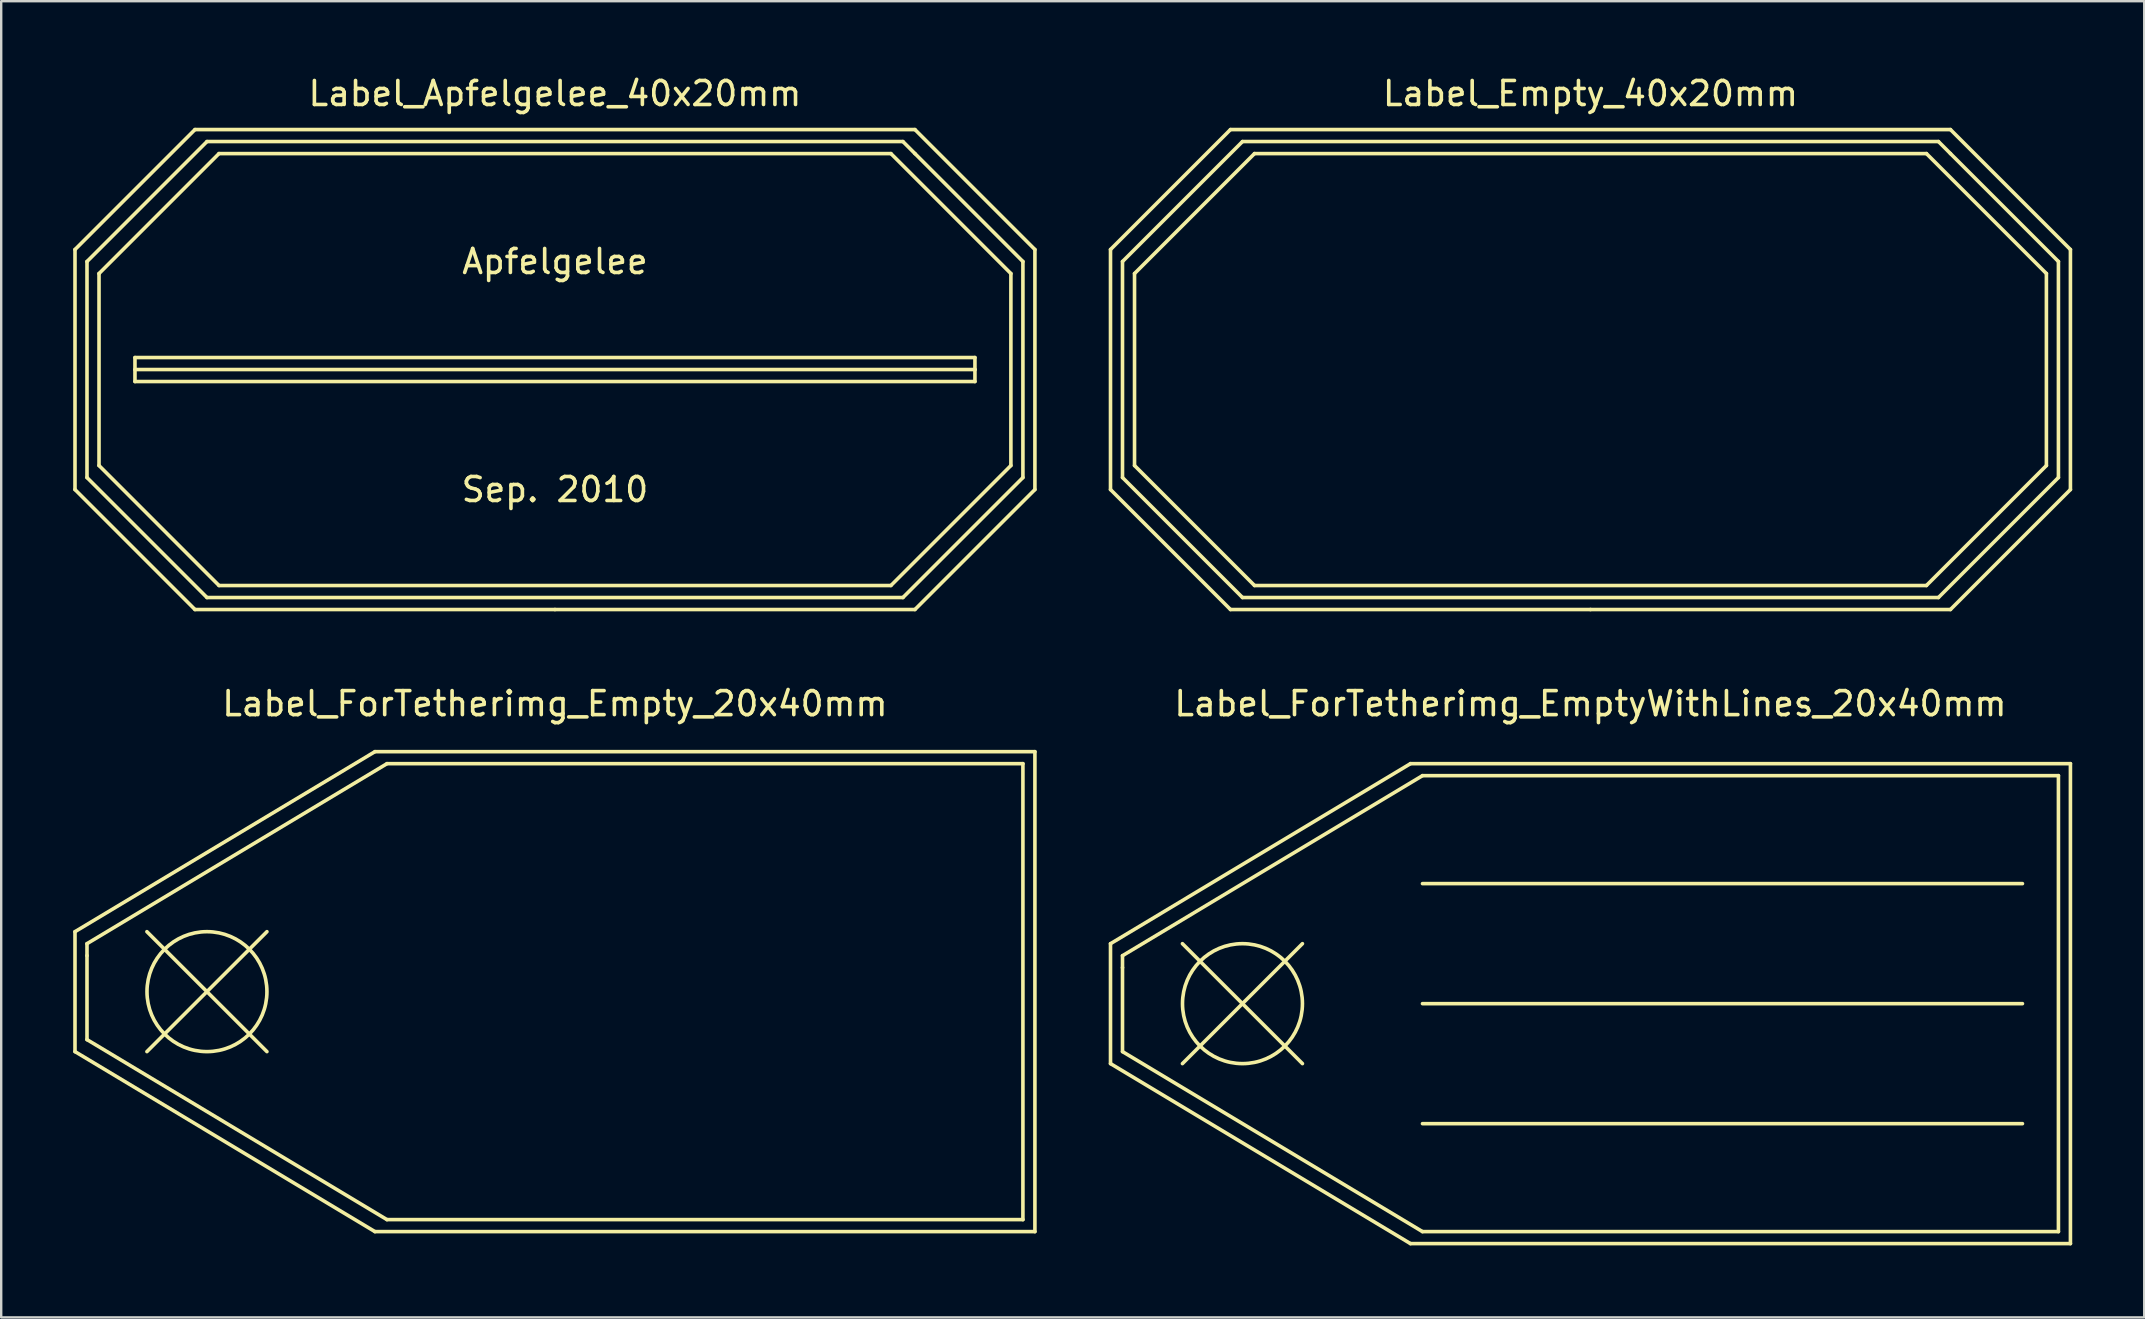
<source format=kicad_pcb>
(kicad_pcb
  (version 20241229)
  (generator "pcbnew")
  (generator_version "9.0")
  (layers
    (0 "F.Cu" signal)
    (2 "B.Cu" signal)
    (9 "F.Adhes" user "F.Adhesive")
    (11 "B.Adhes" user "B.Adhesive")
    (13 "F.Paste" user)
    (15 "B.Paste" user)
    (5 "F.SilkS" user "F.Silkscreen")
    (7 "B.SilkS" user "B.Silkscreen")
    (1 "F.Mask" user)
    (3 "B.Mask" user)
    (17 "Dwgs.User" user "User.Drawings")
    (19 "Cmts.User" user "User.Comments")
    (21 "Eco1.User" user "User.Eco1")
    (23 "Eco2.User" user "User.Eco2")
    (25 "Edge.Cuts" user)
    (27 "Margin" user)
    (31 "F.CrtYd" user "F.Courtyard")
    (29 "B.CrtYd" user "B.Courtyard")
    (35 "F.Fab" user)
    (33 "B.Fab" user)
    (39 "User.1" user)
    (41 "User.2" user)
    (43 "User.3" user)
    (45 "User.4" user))
  (footprint "Label_ForTetherimg_Empty_20x40mm"
    (layer "F.Cu")
    (at 20.075 38.272)
    (property "Reference" "Label_ForTetherimg_Empty_20x40mm" (at 0 -11.999 0) (layer "F.SilkS") (effects (font (size 1 1) (thickness 0.15))))
    (attr through_hole)
    (fp_line (start -20 -2.499) (end -20 2.499) (stroke (width 0.15) (type solid)) (layer "F.SilkS"))
    (fp_line (start -20 -2.499) (end -7.501 -10) (stroke (width 0.15) (type solid)) (layer "F.SilkS"))
    (fp_line (start -20 2.499) (end -7.501 10) (stroke (width 0.15) (type solid)) (layer "F.SilkS"))
    (fp_line (start -19.5 -1.999) (end -19.5 -1.501) (stroke (width 0.15) (type solid)) (layer "F.SilkS"))
    (fp_line (start -19.5 -1.999) (end -7 -9.5) (stroke (width 0.15) (type solid)) (layer "F.SilkS"))
    (fp_line (start -19.5 1.999) (end -19.5 -1.501) (stroke (width 0.15) (type solid)) (layer "F.SilkS"))
    (fp_line (start -17.003 -2.499) (end -12.002 2.499) (stroke (width 0.15) (type solid)) (layer "F.SilkS"))
    (fp_line (start -17.003 2.499) (end -12.002 -2.499) (stroke (width 0.15) (type solid)) (layer "F.SilkS"))
    (fp_line (start -7.501 -10) (end 20 -10) (stroke (width 0.15) (type solid)) (layer "F.SilkS"))
    (fp_line (start -7 -9.5) (end 19.5 -9.5) (stroke (width 0.15) (type solid)) (layer "F.SilkS"))
    (fp_line (start -7 9.5) (end -19.5 1.999) (stroke (width 0.15) (type solid)) (layer "F.SilkS"))
    (fp_line (start 19.5 -9.5) (end 19.5 9.5) (stroke (width 0.15) (type solid)) (layer "F.SilkS"))
    (fp_line (start 19.5 9.5) (end -7 9.5) (stroke (width 0.15) (type solid)) (layer "F.SilkS"))
    (fp_line (start 20 -10) (end 20 10) (stroke (width 0.15) (type solid)) (layer "F.SilkS"))
    (fp_line (start 20 10) (end -7.501 10) (stroke (width 0.15) (type solid)) (layer "F.SilkS"))
    (fp_circle (center -14.501 0) (end -12.002 0) (stroke (width 0.15) (type solid)) (fill no) (layer "F.SilkS")))
  (footprint "Label_Apfelgelee_40x20mm"
    (layer "F.Cu")
    (at 20.075 12.349)
    (property "Reference" "Label_Apfelgelee_40x20mm" (at 0 -11.501 0) (layer "F.SilkS") (effects (font (size 1 1) (thickness 0.15))))
    (attr through_hole)
    (fp_line (start -20 -5.001) (end -20 5.001) (stroke (width 0.15) (type solid)) (layer "F.SilkS"))
    (fp_line (start -20 5.001) (end -15.001 10) (stroke (width 0.15) (type solid)) (layer "F.SilkS"))
    (fp_line (start -19.5 -4.501) (end -14.501 -9.5) (stroke (width 0.15) (type solid)) (layer "F.SilkS"))
    (fp_line (start -19.5 4.501) (end -19.5 -4.501) (stroke (width 0.15) (type solid)) (layer "F.SilkS"))
    (fp_line (start -18.999 -4) (end -14 -8.999) (stroke (width 0.15) (type solid)) (layer "F.SilkS"))
    (fp_line (start -18.999 4) (end -18.999 -4) (stroke (width 0.15) (type solid)) (layer "F.SilkS"))
    (fp_line (start -17.501 -0.5) (end -17.501 0.5) (stroke (width 0.15) (type solid)) (layer "F.SilkS"))
    (fp_line (start -17.501 0) (end 17.501 0) (stroke (width 0.15) (type solid)) (layer "F.SilkS"))
    (fp_line (start -17.501 0.5) (end 17.501 0.5) (stroke (width 0.15) (type solid)) (layer "F.SilkS"))
    (fp_line (start -15.001 -10) (end -20 -5.001) (stroke (width 0.15) (type solid)) (layer "F.SilkS"))
    (fp_line (start -15.001 -10) (end 15.001 -10) (stroke (width 0.15) (type solid)) (layer "F.SilkS"))
    (fp_line (start -15.001 10) (end 0 10) (stroke (width 0.15) (type solid)) (layer "F.SilkS"))
    (fp_line (start -14.501 -9.5) (end 14.501 -9.5) (stroke (width 0.15) (type solid)) (layer "F.SilkS"))
    (fp_line (start -14.501 9.5) (end -19.5 4.501) (stroke (width 0.15) (type solid)) (layer "F.SilkS"))
    (fp_line (start -14 -8.999) (end 14 -8.999) (stroke (width 0.15) (type solid)) (layer "F.SilkS"))
    (fp_line (start -14 8.999) (end -18.999 4) (stroke (width 0.15) (type solid)) (layer "F.SilkS"))
    (fp_line (start 0 10) (end 15.001 10) (stroke (width 0.15) (type solid)) (layer "F.SilkS"))
    (fp_line (start 14 -8.999) (end 18.999 -4) (stroke (width 0.15) (type solid)) (layer "F.SilkS"))
    (fp_line (start 14 8.999) (end -14 8.999) (stroke (width 0.15) (type solid)) (layer "F.SilkS"))
    (fp_line (start 14.501 -9.5) (end 15.001 -8.999) (stroke (width 0.15) (type solid)) (layer "F.SilkS"))
    (fp_line (start 14.501 9.5) (end -14.501 9.5) (stroke (width 0.15) (type solid)) (layer "F.SilkS"))
    (fp_line (start 15.001 -10) (end 20 -5.001) (stroke (width 0.15) (type solid)) (layer "F.SilkS"))
    (fp_line (start 15.001 -8.999) (end 19.5 -4.501) (stroke (width 0.15) (type solid)) (layer "F.SilkS"))
    (fp_line (start 17.501 -0.5) (end -17.501 -0.5) (stroke (width 0.15) (type solid)) (layer "F.SilkS"))
    (fp_line (start 17.501 0) (end 17.501 -0.5) (stroke (width 0.15) (type solid)) (layer "F.SilkS"))
    (fp_line (start 17.501 0.5) (end 17.501 0) (stroke (width 0.15) (type solid)) (layer "F.SilkS"))
    (fp_line (start 18.999 -4) (end 18.999 4) (stroke (width 0.15) (type solid)) (layer "F.SilkS"))
    (fp_line (start 18.999 4) (end 14 8.999) (stroke (width 0.15) (type solid)) (layer "F.SilkS"))
    (fp_line (start 19.5 -4.501) (end 19.5 4.501) (stroke (width 0.15) (type solid)) (layer "F.SilkS"))
    (fp_line (start 19.5 4.501) (end 14.501 9.5) (stroke (width 0.15) (type solid)) (layer "F.SilkS"))
    (fp_line (start 20 -5.001) (end 20 5.001) (stroke (width 0.15) (type solid)) (layer "F.SilkS"))
    (fp_line (start 20 5.001) (end 15.001 10) (stroke (width 0.15) (type solid)) (layer "F.SilkS"))
    (fp_text user "Apfelgelee" (at 0 -4.501 0) (layer "F.SilkS") (effects (font (size 1 1) (thickness 0.15))))
    (fp_text user "Sep. 2010" (at 0 5.001 0) (layer "F.SilkS") (effects (font (size 1 1) (thickness 0.15)))))
  (footprint "Label_Empty_40x20mm"
    (layer "F.Cu")
    (at 63.225 12.349)
    (property "Reference" "Label_Empty_40x20mm" (at 0 -11.501 0) (layer "F.SilkS") (effects (font (size 1 1) (thickness 0.15))))
    (attr through_hole)
    (fp_line (start -20 -5.001) (end -20 5.001) (stroke (width 0.15) (type solid)) (layer "F.SilkS"))
    (fp_line (start -20 5.001) (end -15.001 10) (stroke (width 0.15) (type solid)) (layer "F.SilkS"))
    (fp_line (start -19.5 -4.501) (end -14.501 -9.5) (stroke (width 0.15) (type solid)) (layer "F.SilkS"))
    (fp_line (start -19.5 4.501) (end -19.5 -4.501) (stroke (width 0.15) (type solid)) (layer "F.SilkS"))
    (fp_line (start -18.999 -4) (end -14 -8.999) (stroke (width 0.15) (type solid)) (layer "F.SilkS"))
    (fp_line (start -18.999 4) (end -18.999 -4) (stroke (width 0.15) (type solid)) (layer "F.SilkS"))
    (fp_line (start -15.001 -10) (end -20 -5.001) (stroke (width 0.15) (type solid)) (layer "F.SilkS"))
    (fp_line (start -15.001 -10) (end 15.001 -10) (stroke (width 0.15) (type solid)) (layer "F.SilkS"))
    (fp_line (start -15.001 10) (end 0 10) (stroke (width 0.15) (type solid)) (layer "F.SilkS"))
    (fp_line (start -14.501 -9.5) (end 14.501 -9.5) (stroke (width 0.15) (type solid)) (layer "F.SilkS"))
    (fp_line (start -14.501 9.5) (end -19.5 4.501) (stroke (width 0.15) (type solid)) (layer "F.SilkS"))
    (fp_line (start -14 -8.999) (end 14 -8.999) (stroke (width 0.15) (type solid)) (layer "F.SilkS"))
    (fp_line (start -14 8.999) (end -18.999 4) (stroke (width 0.15) (type solid)) (layer "F.SilkS"))
    (fp_line (start 0 10) (end 15.001 10) (stroke (width 0.15) (type solid)) (layer "F.SilkS"))
    (fp_line (start 14 -8.999) (end 18.999 -4) (stroke (width 0.15) (type solid)) (layer "F.SilkS"))
    (fp_line (start 14 8.999) (end -14 8.999) (stroke (width 0.15) (type solid)) (layer "F.SilkS"))
    (fp_line (start 14.501 -9.5) (end 15.001 -8.999) (stroke (width 0.15) (type solid)) (layer "F.SilkS"))
    (fp_line (start 14.501 9.5) (end -14.501 9.5) (stroke (width 0.15) (type solid)) (layer "F.SilkS"))
    (fp_line (start 15.001 -10) (end 20 -5.001) (stroke (width 0.15) (type solid)) (layer "F.SilkS"))
    (fp_line (start 15.001 -8.999) (end 19.5 -4.501) (stroke (width 0.15) (type solid)) (layer "F.SilkS"))
    (fp_line (start 18.999 -4) (end 18.999 4) (stroke (width 0.15) (type solid)) (layer "F.SilkS"))
    (fp_line (start 18.999 4) (end 14 8.999) (stroke (width 0.15) (type solid)) (layer "F.SilkS"))
    (fp_line (start 19.5 -4.501) (end 19.5 4.501) (stroke (width 0.15) (type solid)) (layer "F.SilkS"))
    (fp_line (start 19.5 4.501) (end 14.501 9.5) (stroke (width 0.15) (type solid)) (layer "F.SilkS"))
    (fp_line (start 20 -5.001) (end 20 5.001) (stroke (width 0.15) (type solid)) (layer "F.SilkS"))
    (fp_line (start 20 5.001) (end 15.001 10) (stroke (width 0.15) (type solid)) (layer "F.SilkS")))
  (footprint "Label_ForTetherimg_EmptyWithLines_20x40mm"
    (layer "F.Cu")
    (at 63.225 38.772)
    (property "Reference" "Label_ForTetherimg_EmptyWithLines_20x40mm" (at 0 -12.499 0) (layer "F.SilkS") (effects (font (size 1 1) (thickness 0.15))))
    (attr through_hole)
    (fp_line (start -20 -2.499) (end -20 2.499) (stroke (width 0.15) (type solid)) (layer "F.SilkS"))
    (fp_line (start -20 -2.499) (end -7.501 -10) (stroke (width 0.15) (type solid)) (layer "F.SilkS"))
    (fp_line (start -20 2.499) (end -7.501 10) (stroke (width 0.15) (type solid)) (layer "F.SilkS"))
    (fp_line (start -19.5 -1.999) (end -19.5 -1.501) (stroke (width 0.15) (type solid)) (layer "F.SilkS"))
    (fp_line (start -19.5 -1.999) (end -7 -9.5) (stroke (width 0.15) (type solid)) (layer "F.SilkS"))
    (fp_line (start -19.5 1.999) (end -19.5 -1.501) (stroke (width 0.15) (type solid)) (layer "F.SilkS"))
    (fp_line (start -17.003 -2.499) (end -12.002 2.499) (stroke (width 0.15) (type solid)) (layer "F.SilkS"))
    (fp_line (start -17.003 2.499) (end -12.002 -2.499) (stroke (width 0.15) (type solid)) (layer "F.SilkS"))
    (fp_line (start -7.501 -10) (end 20 -10) (stroke (width 0.15) (type solid)) (layer "F.SilkS"))
    (fp_line (start -7 -9.5) (end 19.5 -9.5) (stroke (width 0.15) (type solid)) (layer "F.SilkS"))
    (fp_line (start -7 -5.001) (end 18.001 -5.001) (stroke (width 0.15) (type solid)) (layer "F.SilkS"))
    (fp_line (start -7 0) (end 18.001 0) (stroke (width 0.15) (type solid)) (layer "F.SilkS"))
    (fp_line (start -7 5.001) (end 18.001 5.001) (stroke (width 0.15) (type solid)) (layer "F.SilkS"))
    (fp_line (start -7 9.5) (end -19.5 1.999) (stroke (width 0.15) (type solid)) (layer "F.SilkS"))
    (fp_line (start 19.5 -9.5) (end 19.5 9.5) (stroke (width 0.15) (type solid)) (layer "F.SilkS"))
    (fp_line (start 19.5 9.5) (end -7 9.5) (stroke (width 0.15) (type solid)) (layer "F.SilkS"))
    (fp_line (start 20 -10) (end 20 10) (stroke (width 0.15) (type solid)) (layer "F.SilkS"))
    (fp_line (start 20 10) (end -7.501 10) (stroke (width 0.15) (type solid)) (layer "F.SilkS"))
    (fp_circle (center -14.501 0) (end -12.002 0) (stroke (width 0.15) (type solid)) (fill no) (layer "F.SilkS")))
  (gr_rect
    (start -3 -3)
    (end 86.3 51.847)
    (stroke (width 0.1) (type default))
    (fill no)
    (layer "Edge.Cuts")))
</source>
